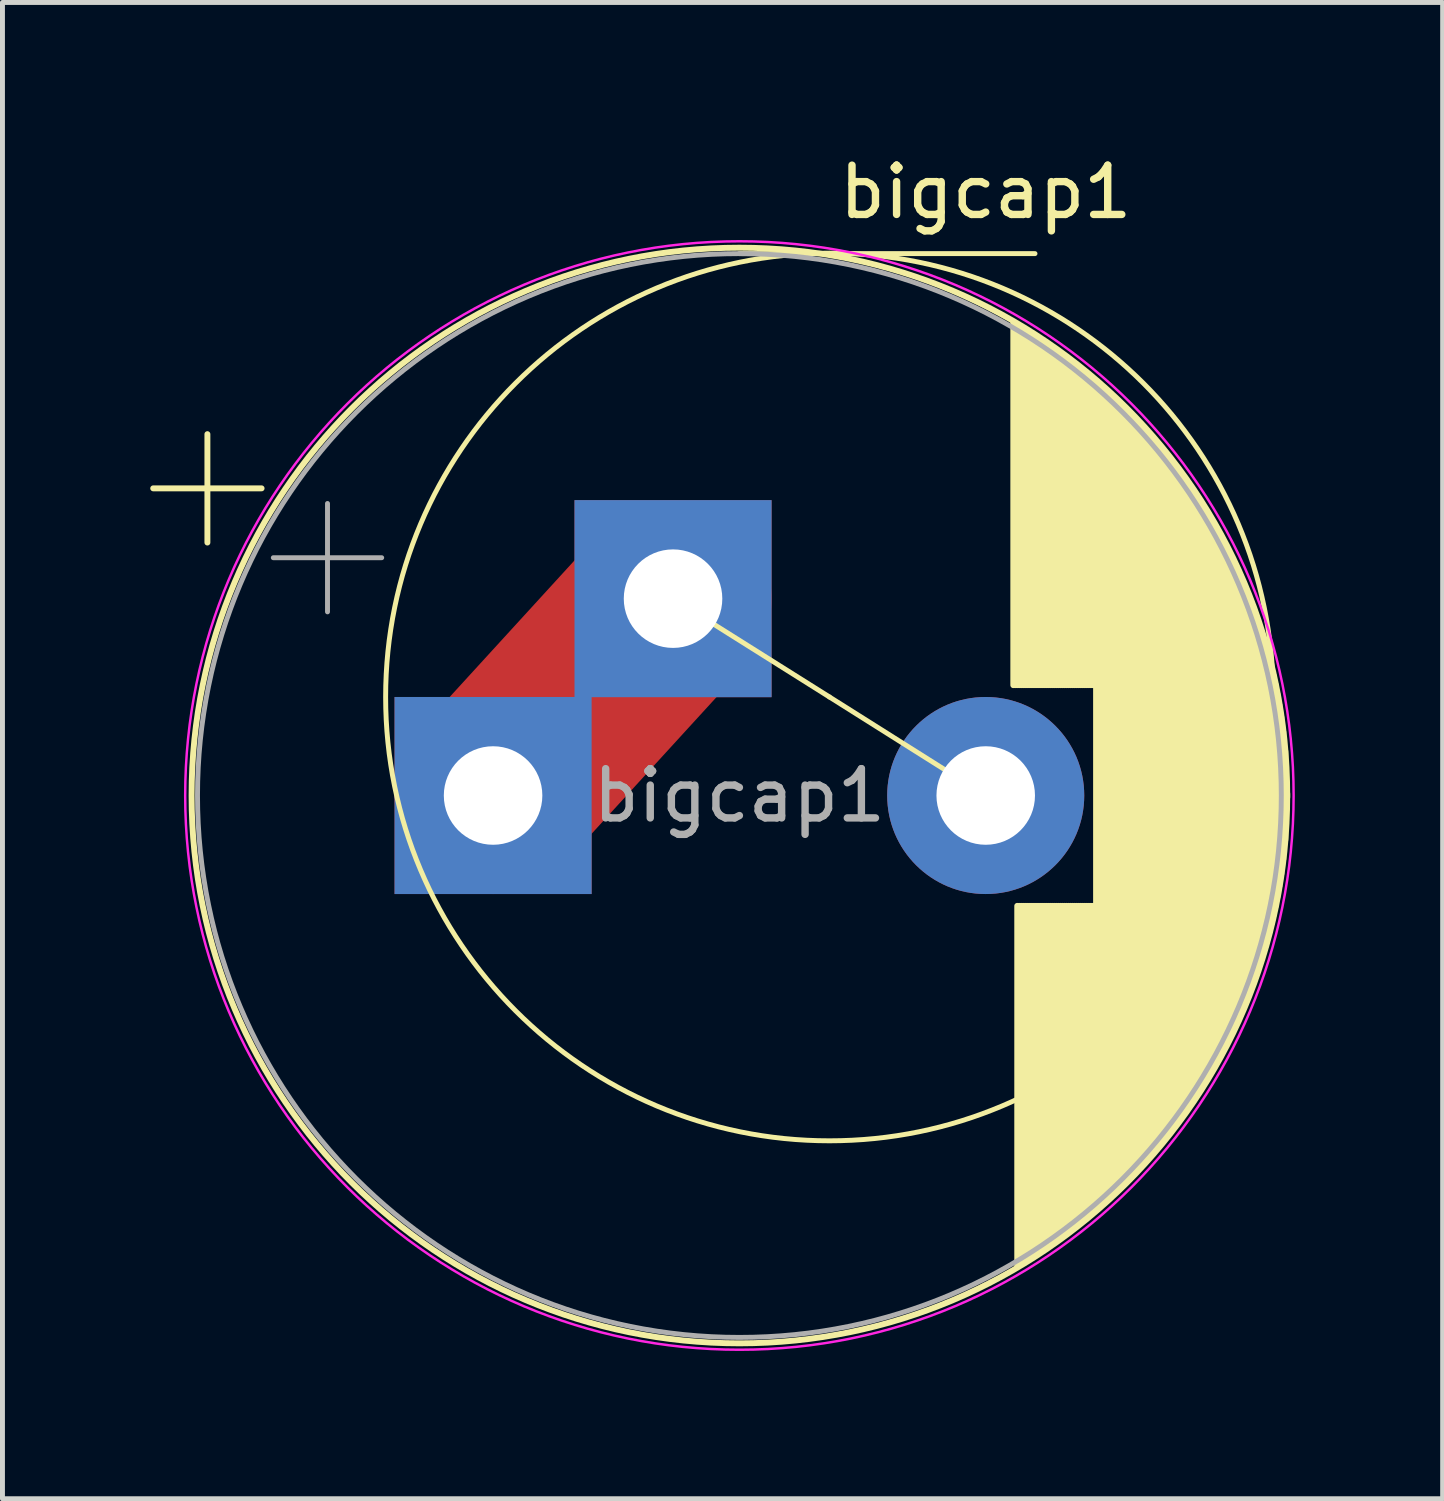
<source format=kicad_pcb>
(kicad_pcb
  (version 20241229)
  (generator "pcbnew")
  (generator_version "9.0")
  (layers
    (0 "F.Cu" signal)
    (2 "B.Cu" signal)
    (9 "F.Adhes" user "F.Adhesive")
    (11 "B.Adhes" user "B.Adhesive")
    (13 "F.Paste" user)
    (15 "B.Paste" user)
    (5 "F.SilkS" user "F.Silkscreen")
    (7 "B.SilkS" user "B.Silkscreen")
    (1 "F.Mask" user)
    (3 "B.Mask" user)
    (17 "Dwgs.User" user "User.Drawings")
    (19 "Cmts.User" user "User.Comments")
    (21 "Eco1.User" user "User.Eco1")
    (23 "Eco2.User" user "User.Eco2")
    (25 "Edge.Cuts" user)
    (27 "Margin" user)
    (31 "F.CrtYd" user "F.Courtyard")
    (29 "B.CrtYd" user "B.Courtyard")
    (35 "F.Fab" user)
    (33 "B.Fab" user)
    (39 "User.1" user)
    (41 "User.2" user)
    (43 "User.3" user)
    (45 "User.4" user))
  (footprint "bigcap1"
    (layer "F.Cu")
    (at 11.959 13.098)
    (property "Reference" "bigcap1" (at 5 -12.25 0) (layer "F.SilkS") (effects (font (size 1 1) (thickness 0.15))))
    (attr through_hole)
    (fp_line (start -5 0) (end -1.347 -3.996) (stroke (width 4) (type solid)) (layer "F.Cu"))
    (fp_line (start -1.347 -3.996) (end -5 0) (stroke (width 0.2) (type default)) (layer "F.Cu"))
    (fp_line (start -11.899 -6.235) (end -9.699 -6.235) (stroke (width 0.12) (type solid)) (layer "F.SilkS"))
    (fp_line (start -10.799 -7.335) (end -10.799 -5.135) (stroke (width 0.12) (type solid)) (layer "F.SilkS"))
    (fp_line (start 0 -11) (end 6 -11) (stroke (width 0.1) (type default)) (layer "F.SilkS"))
    (fp_line (start 1.828 -2) (end -1.75 -4.25) (stroke (width 0.1) (type default)) (layer "F.SilkS"))
    (fp_line (start 5 0) (end 1.828 -2) (stroke (width 0.1) (type default)) (layer "F.SilkS"))
    (fp_line (start 5.56 -9.59) (end 5.56 -2.24) (stroke (width 0.12) (type solid)) (layer "F.SilkS"))
    (fp_line (start 5.6 -9.567) (end 5.6 -2.24) (stroke (width 0.12) (type solid)) (layer "F.SilkS"))
    (fp_line (start 5.64 -9.544) (end 5.64 -2.24) (stroke (width 0.12) (type solid)) (layer "F.SilkS"))
    (fp_line (start 5.64 2.24) (end 5.64 9.544) (stroke (width 0.12) (type solid)) (layer "F.SilkS"))
    (fp_line (start 5.68 -9.52) (end 5.68 -2.24) (stroke (width 0.12) (type solid)) (layer "F.SilkS"))
    (fp_line (start 5.68 2.24) (end 5.68 9.52) (stroke (width 0.12) (type solid)) (layer "F.SilkS"))
    (fp_line (start 5.72 -9.496) (end 5.72 -2.24) (stroke (width 0.12) (type solid)) (layer "F.SilkS"))
    (fp_line (start 5.72 2.24) (end 5.72 9.496) (stroke (width 0.12) (type solid)) (layer "F.SilkS"))
    (fp_line (start 5.76 -9.472) (end 5.76 -2.24) (stroke (width 0.12) (type solid)) (layer "F.SilkS"))
    (fp_line (start 5.76 2.24) (end 5.76 9.472) (stroke (width 0.12) (type solid)) (layer "F.SilkS"))
    (fp_line (start 5.8 -9.448) (end 5.8 -2.24) (stroke (width 0.12) (type solid)) (layer "F.SilkS"))
    (fp_line (start 5.8 2.24) (end 5.8 9.448) (stroke (width 0.12) (type solid)) (layer "F.SilkS"))
    (fp_line (start 5.84 -9.423) (end 5.84 -2.24) (stroke (width 0.12) (type solid)) (layer "F.SilkS"))
    (fp_line (start 5.84 2.24) (end 5.84 9.423) (stroke (width 0.12) (type solid)) (layer "F.SilkS"))
    (fp_line (start 5.88 -9.398) (end 5.88 -2.24) (stroke (width 0.12) (type solid)) (layer "F.SilkS"))
    (fp_line (start 5.88 2.24) (end 5.88 9.398) (stroke (width 0.12) (type solid)) (layer "F.SilkS"))
    (fp_line (start 5.92 -9.373) (end 5.92 -2.24) (stroke (width 0.12) (type solid)) (layer "F.SilkS"))
    (fp_line (start 5.92 2.24) (end 5.92 9.373) (stroke (width 0.12) (type solid)) (layer "F.SilkS"))
    (fp_line (start 5.96 -9.348) (end 5.96 -2.24) (stroke (width 0.12) (type solid)) (layer "F.SilkS"))
    (fp_line (start 5.96 2.24) (end 5.96 9.348) (stroke (width 0.12) (type solid)) (layer "F.SilkS"))
    (fp_line (start 6 -9.322) (end 6 -2.24) (stroke (width 0.12) (type solid)) (layer "F.SilkS"))
    (fp_line (start 6 2.24) (end 6 9.322) (stroke (width 0.12) (type solid)) (layer "F.SilkS"))
    (fp_line (start 6.04 -9.297) (end 6.04 -2.24) (stroke (width 0.12) (type solid)) (layer "F.SilkS"))
    (fp_line (start 6.04 2.24) (end 6.04 9.297) (stroke (width 0.12) (type solid)) (layer "F.SilkS"))
    (fp_line (start 6.08 -9.271) (end 6.08 -2.24) (stroke (width 0.12) (type solid)) (layer "F.SilkS"))
    (fp_line (start 6.08 2.24) (end 6.08 9.271) (stroke (width 0.12) (type solid)) (layer "F.SilkS"))
    (fp_line (start 6.12 -9.244) (end 6.12 -2.24) (stroke (width 0.12) (type solid)) (layer "F.SilkS"))
    (fp_line (start 6.12 2.24) (end 6.12 9.244) (stroke (width 0.12) (type solid)) (layer "F.SilkS"))
    (fp_line (start 6.16 -9.218) (end 6.16 -2.24) (stroke (width 0.12) (type solid)) (layer "F.SilkS"))
    (fp_line (start 6.16 2.24) (end 6.16 9.218) (stroke (width 0.12) (type solid)) (layer "F.SilkS"))
    (fp_line (start 6.2 -9.191) (end 6.2 -2.24) (stroke (width 0.12) (type solid)) (layer "F.SilkS"))
    (fp_line (start 6.2 2.24) (end 6.2 9.191) (stroke (width 0.12) (type solid)) (layer "F.SilkS"))
    (fp_line (start 6.24 -9.164) (end 6.24 -2.24) (stroke (width 0.12) (type solid)) (layer "F.SilkS"))
    (fp_line (start 6.24 2.24) (end 6.24 9.164) (stroke (width 0.12) (type solid)) (layer "F.SilkS"))
    (fp_line (start 6.28 -9.137) (end 6.28 -2.24) (stroke (width 0.12) (type solid)) (layer "F.SilkS"))
    (fp_line (start 6.28 2.24) (end 6.28 9.137) (stroke (width 0.12) (type solid)) (layer "F.SilkS"))
    (fp_line (start 6.32 -9.109) (end 6.32 -2.24) (stroke (width 0.12) (type solid)) (layer "F.SilkS"))
    (fp_line (start 6.32 2.24) (end 6.32 9.109) (stroke (width 0.12) (type solid)) (layer "F.SilkS"))
    (fp_line (start 6.36 -9.082) (end 6.36 -2.24) (stroke (width 0.12) (type solid)) (layer "F.SilkS"))
    (fp_line (start 6.36 2.24) (end 6.36 9.082) (stroke (width 0.12) (type solid)) (layer "F.SilkS"))
    (fp_line (start 6.4 -9.054) (end 6.4 -2.24) (stroke (width 0.12) (type solid)) (layer "F.SilkS"))
    (fp_line (start 6.4 2.24) (end 6.4 9.054) (stroke (width 0.12) (type solid)) (layer "F.SilkS"))
    (fp_line (start 6.44 -9.025) (end 6.44 -2.24) (stroke (width 0.12) (type solid)) (layer "F.SilkS"))
    (fp_line (start 6.44 2.24) (end 6.44 9.025) (stroke (width 0.12) (type solid)) (layer "F.SilkS"))
    (fp_line (start 6.48 -8.997) (end 6.48 -2.24) (stroke (width 0.12) (type solid)) (layer "F.SilkS"))
    (fp_line (start 6.48 2.24) (end 6.48 8.997) (stroke (width 0.12) (type solid)) (layer "F.SilkS"))
    (fp_line (start 6.52 -8.968) (end 6.52 -2.24) (stroke (width 0.12) (type solid)) (layer "F.SilkS"))
    (fp_line (start 6.52 2.24) (end 6.52 8.968) (stroke (width 0.12) (type solid)) (layer "F.SilkS"))
    (fp_line (start 6.56 -8.939) (end 6.56 -2.24) (stroke (width 0.12) (type solid)) (layer "F.SilkS"))
    (fp_line (start 6.56 2.24) (end 6.56 8.939) (stroke (width 0.12) (type solid)) (layer "F.SilkS"))
    (fp_line (start 6.6 -8.91) (end 6.6 -2.24) (stroke (width 0.12) (type solid)) (layer "F.SilkS"))
    (fp_line (start 6.6 2.24) (end 6.6 8.91) (stroke (width 0.12) (type solid)) (layer "F.SilkS"))
    (fp_line (start 6.64 -8.88) (end 6.64 -2.24) (stroke (width 0.12) (type solid)) (layer "F.SilkS"))
    (fp_line (start 6.64 2.24) (end 6.64 8.88) (stroke (width 0.12) (type solid)) (layer "F.SilkS"))
    (fp_line (start 6.68 -8.85) (end 6.68 -2.24) (stroke (width 0.12) (type solid)) (layer "F.SilkS"))
    (fp_line (start 6.68 2.24) (end 6.68 8.85) (stroke (width 0.12) (type solid)) (layer "F.SilkS"))
    (fp_line (start 6.72 -8.82) (end 6.72 -2.24) (stroke (width 0.12) (type solid)) (layer "F.SilkS"))
    (fp_line (start 6.72 2.24) (end 6.72 8.82) (stroke (width 0.12) (type solid)) (layer "F.SilkS"))
    (fp_line (start 6.76 -8.789) (end 6.76 -2.24) (stroke (width 0.12) (type solid)) (layer "F.SilkS"))
    (fp_line (start 6.76 2.24) (end 6.76 8.789) (stroke (width 0.12) (type solid)) (layer "F.SilkS"))
    (fp_line (start 6.8 -8.759) (end 6.8 -2.24) (stroke (width 0.12) (type solid)) (layer "F.SilkS"))
    (fp_line (start 6.8 2.24) (end 6.8 8.759) (stroke (width 0.12) (type solid)) (layer "F.SilkS"))
    (fp_line (start 6.84 -8.727) (end 6.84 -2.24) (stroke (width 0.12) (type solid)) (layer "F.SilkS"))
    (fp_line (start 6.84 2.24) (end 6.84 8.727) (stroke (width 0.12) (type solid)) (layer "F.SilkS"))
    (fp_line (start 6.88 -8.696) (end 6.88 -2.24) (stroke (width 0.12) (type solid)) (layer "F.SilkS"))
    (fp_line (start 6.88 2.24) (end 6.88 8.696) (stroke (width 0.12) (type solid)) (layer "F.SilkS"))
    (fp_line (start 6.92 -8.664) (end 6.92 -2.24) (stroke (width 0.12) (type solid)) (layer "F.SilkS"))
    (fp_line (start 6.92 2.24) (end 6.92 8.664) (stroke (width 0.12) (type solid)) (layer "F.SilkS"))
    (fp_line (start 6.96 -8.633) (end 6.96 -2.24) (stroke (width 0.12) (type solid)) (layer "F.SilkS"))
    (fp_line (start 6.96 2.24) (end 6.96 8.633) (stroke (width 0.12) (type solid)) (layer "F.SilkS"))
    (fp_line (start 7 -8.6) (end 7 -2.24) (stroke (width 0.12) (type solid)) (layer "F.SilkS"))
    (fp_line (start 7 2.24) (end 7 8.6) (stroke (width 0.12) (type solid)) (layer "F.SilkS"))
    (fp_line (start 7.04 -8.568) (end 7.04 -2.24) (stroke (width 0.12) (type solid)) (layer "F.SilkS"))
    (fp_line (start 7.04 2.24) (end 7.04 8.568) (stroke (width 0.12) (type solid)) (layer "F.SilkS"))
    (fp_line (start 7.08 -8.535) (end 7.08 -2.24) (stroke (width 0.12) (type solid)) (layer "F.SilkS"))
    (fp_line (start 7.08 2.24) (end 7.08 8.535) (stroke (width 0.12) (type solid)) (layer "F.SilkS"))
    (fp_line (start 7.12 -8.502) (end 7.12 -2.24) (stroke (width 0.12) (type solid)) (layer "F.SilkS"))
    (fp_line (start 7.12 2.24) (end 7.12 8.502) (stroke (width 0.12) (type solid)) (layer "F.SilkS"))
    (fp_line (start 7.16 -8.468) (end 7.16 -2.24) (stroke (width 0.12) (type solid)) (layer "F.SilkS"))
    (fp_line (start 7.16 2.24) (end 7.16 8.468) (stroke (width 0.12) (type solid)) (layer "F.SilkS"))
    (fp_line (start 7.2 -8.434) (end 7.2 -2.24) (stroke (width 0.12) (type solid)) (layer "F.SilkS"))
    (fp_line (start 7.2 2.24) (end 7.2 8.434) (stroke (width 0.12) (type solid)) (layer "F.SilkS"))
    (fp_line (start 7.24 -8.4) (end 7.24 8.4) (stroke (width 0.12) (type solid)) (layer "F.SilkS"))
    (fp_line (start 7.28 -8.366) (end 7.28 8.366) (stroke (width 0.12) (type solid)) (layer "F.SilkS"))
    (fp_line (start 7.32 -8.331) (end 7.32 8.331) (stroke (width 0.12) (type solid)) (layer "F.SilkS"))
    (fp_line (start 7.36 -8.296) (end 7.36 8.296) (stroke (width 0.12) (type solid)) (layer "F.SilkS"))
    (fp_line (start 7.4 -8.26) (end 7.4 8.26) (stroke (width 0.12) (type solid)) (layer "F.SilkS"))
    (fp_line (start 7.44 -8.224) (end 7.44 8.224) (stroke (width 0.12) (type solid)) (layer "F.SilkS"))
    (fp_line (start 7.48 -8.188) (end 7.48 8.188) (stroke (width 0.12) (type solid)) (layer "F.SilkS"))
    (fp_line (start 7.52 -8.152) (end 7.52 8.152) (stroke (width 0.12) (type solid)) (layer "F.SilkS"))
    (fp_line (start 7.56 -8.115) (end 7.56 8.115) (stroke (width 0.12) (type solid)) (layer "F.SilkS"))
    (fp_line (start 7.6 -8.078) (end 7.6 8.078) (stroke (width 0.12) (type solid)) (layer "F.SilkS"))
    (fp_line (start 7.64 -8.04) (end 7.64 8.04) (stroke (width 0.12) (type solid)) (layer "F.SilkS"))
    (fp_line (start 7.68 -8.002) (end 7.68 8.002) (stroke (width 0.12) (type solid)) (layer "F.SilkS"))
    (fp_line (start 7.72 -7.963) (end 7.72 7.963) (stroke (width 0.12) (type solid)) (layer "F.SilkS"))
    (fp_line (start 7.76 -7.925) (end 7.76 7.925) (stroke (width 0.12) (type solid)) (layer "F.SilkS"))
    (fp_line (start 7.8 -7.886) (end 7.8 7.886) (stroke (width 0.12) (type solid)) (layer "F.SilkS"))
    (fp_line (start 7.84 -7.846) (end 7.84 7.846) (stroke (width 0.12) (type solid)) (layer "F.SilkS"))
    (fp_line (start 7.88 -7.806) (end 7.88 7.806) (stroke (width 0.12) (type solid)) (layer "F.SilkS"))
    (fp_line (start 7.92 -7.766) (end 7.92 7.766) (stroke (width 0.12) (type solid)) (layer "F.SilkS"))
    (fp_line (start 7.96 -7.725) (end 7.96 7.725) (stroke (width 0.12) (type solid)) (layer "F.SilkS"))
    (fp_line (start 8 -7.684) (end 8 7.684) (stroke (width 0.12) (type solid)) (layer "F.SilkS"))
    (fp_line (start 8.04 -7.642) (end 8.04 7.642) (stroke (width 0.12) (type solid)) (layer "F.SilkS"))
    (fp_line (start 8.08 -7.6) (end 8.08 7.6) (stroke (width 0.12) (type solid)) (layer "F.SilkS"))
    (fp_line (start 8.12 -7.557) (end 8.12 7.557) (stroke (width 0.12) (type solid)) (layer "F.SilkS"))
    (fp_line (start 8.16 -7.514) (end 8.16 7.514) (stroke (width 0.12) (type solid)) (layer "F.SilkS"))
    (fp_line (start 8.2 -7.471) (end 8.2 7.471) (stroke (width 0.12) (type solid)) (layer "F.SilkS"))
    (fp_line (start 8.24 -7.427) (end 8.24 7.427) (stroke (width 0.12) (type solid)) (layer "F.SilkS"))
    (fp_line (start 8.28 -7.383) (end 8.28 7.383) (stroke (width 0.12) (type solid)) (layer "F.SilkS"))
    (fp_line (start 8.32 -7.338) (end 8.32 7.338) (stroke (width 0.12) (type solid)) (layer "F.SilkS"))
    (fp_line (start 8.36 -7.292) (end 8.36 7.292) (stroke (width 0.12) (type solid)) (layer "F.SilkS"))
    (fp_line (start 8.4 -7.247) (end 8.4 7.247) (stroke (width 0.12) (type solid)) (layer "F.SilkS"))
    (fp_line (start 8.44 -7.2) (end 8.44 7.2) (stroke (width 0.12) (type solid)) (layer "F.SilkS"))
    (fp_line (start 8.48 -7.153) (end 8.48 7.153) (stroke (width 0.12) (type solid)) (layer "F.SilkS"))
    (fp_line (start 8.52 -7.106) (end 8.52 7.106) (stroke (width 0.12) (type solid)) (layer "F.SilkS"))
    (fp_line (start 8.56 -7.058) (end 8.56 7.058) (stroke (width 0.12) (type solid)) (layer "F.SilkS"))
    (fp_line (start 8.6 -7.009) (end 8.6 7.009) (stroke (width 0.12) (type solid)) (layer "F.SilkS"))
    (fp_line (start 8.64 -6.96) (end 8.64 6.96) (stroke (width 0.12) (type solid)) (layer "F.SilkS"))
    (fp_line (start 8.68 -6.911) (end 8.68 6.911) (stroke (width 0.12) (type solid)) (layer "F.SilkS"))
    (fp_line (start 8.72 -6.86) (end 8.72 6.86) (stroke (width 0.12) (type solid)) (layer "F.SilkS"))
    (fp_line (start 8.76 -6.81) (end 8.76 6.81) (stroke (width 0.12) (type solid)) (layer "F.SilkS"))
    (fp_line (start 8.8 -6.758) (end 8.8 6.758) (stroke (width 0.12) (type solid)) (layer "F.SilkS"))
    (fp_line (start 8.84 -6.706) (end 8.84 6.706) (stroke (width 0.12) (type solid)) (layer "F.SilkS"))
    (fp_line (start 8.88 -6.653) (end 8.88 6.653) (stroke (width 0.12) (type solid)) (layer "F.SilkS"))
    (fp_line (start 8.92 -6.6) (end 8.92 6.6) (stroke (width 0.12) (type solid)) (layer "F.SilkS"))
    (fp_line (start 8.96 -6.546) (end 8.96 6.546) (stroke (width 0.12) (type solid)) (layer "F.SilkS"))
    (fp_line (start 9 -6.491) (end 9 6.491) (stroke (width 0.12) (type solid)) (layer "F.SilkS"))
    (fp_line (start 9.04 -6.436) (end 9.04 6.436) (stroke (width 0.12) (type solid)) (layer "F.SilkS"))
    (fp_line (start 9.08 -6.379) (end 9.08 6.379) (stroke (width 0.12) (type solid)) (layer "F.SilkS"))
    (fp_line (start 9.12 -6.322) (end 9.12 6.322) (stroke (width 0.12) (type solid)) (layer "F.SilkS"))
    (fp_line (start 9.16 -6.265) (end 9.16 6.265) (stroke (width 0.12) (type solid)) (layer "F.SilkS"))
    (fp_line (start 9.2 -6.206) (end 9.2 6.206) (stroke (width 0.12) (type solid)) (layer "F.SilkS"))
    (fp_line (start 9.24 -6.147) (end 9.24 6.147) (stroke (width 0.12) (type solid)) (layer "F.SilkS"))
    (fp_line (start 9.28 -6.087) (end 9.28 6.087) (stroke (width 0.12) (type solid)) (layer "F.SilkS"))
    (fp_line (start 9.32 -6.026) (end 9.32 6.026) (stroke (width 0.12) (type solid)) (layer "F.SilkS"))
    (fp_line (start 9.36 -5.964) (end 9.36 5.964) (stroke (width 0.12) (type solid)) (layer "F.SilkS"))
    (fp_line (start 9.4 -5.901) (end 9.4 5.901) (stroke (width 0.12) (type solid)) (layer "F.SilkS"))
    (fp_line (start 9.44 -5.837) (end 9.44 5.837) (stroke (width 0.12) (type solid)) (layer "F.SilkS"))
    (fp_line (start 9.48 -5.772) (end 9.48 5.772) (stroke (width 0.12) (type solid)) (layer "F.SilkS"))
    (fp_line (start 9.52 -5.707) (end 9.52 5.707) (stroke (width 0.12) (type solid)) (layer "F.SilkS"))
    (fp_line (start 9.56 -5.64) (end 9.56 5.64) (stroke (width 0.12) (type solid)) (layer "F.SilkS"))
    (fp_line (start 9.6 -5.572) (end 9.6 5.572) (stroke (width 0.12) (type solid)) (layer "F.SilkS"))
    (fp_line (start 9.64 -5.503) (end 9.64 5.503) (stroke (width 0.12) (type solid)) (layer "F.SilkS"))
    (fp_line (start 9.68 -5.433) (end 9.68 5.433) (stroke (width 0.12) (type solid)) (layer "F.SilkS"))
    (fp_line (start 9.72 -5.361) (end 9.72 5.361) (stroke (width 0.12) (type solid)) (layer "F.SilkS"))
    (fp_line (start 9.76 -5.289) (end 9.76 5.289) (stroke (width 0.12) (type solid)) (layer "F.SilkS"))
    (fp_line (start 9.8 -5.215) (end 9.8 5.215) (stroke (width 0.12) (type solid)) (layer "F.SilkS"))
    (fp_line (start 9.84 -5.14) (end 9.84 5.14) (stroke (width 0.12) (type solid)) (layer "F.SilkS"))
    (fp_line (start 9.88 -5.063) (end 9.88 5.063) (stroke (width 0.12) (type solid)) (layer "F.SilkS"))
    (fp_line (start 9.92 -4.985) (end 9.92 4.985) (stroke (width 0.12) (type solid)) (layer "F.SilkS"))
    (fp_line (start 9.96 -4.905) (end 9.96 4.905) (stroke (width 0.12) (type solid)) (layer "F.SilkS"))
    (fp_line (start 10 -4.824) (end 10 4.824) (stroke (width 0.12) (type solid)) (layer "F.SilkS"))
    (fp_line (start 10.04 -4.74) (end 10.04 4.74) (stroke (width 0.12) (type solid)) (layer "F.SilkS"))
    (fp_line (start 10.08 -4.656) (end 10.08 4.656) (stroke (width 0.12) (type solid)) (layer "F.SilkS"))
    (fp_line (start 10.12 -4.569) (end 10.12 4.569) (stroke (width 0.12) (type solid)) (layer "F.SilkS"))
    (fp_line (start 10.16 -4.48) (end 10.16 4.48) (stroke (width 0.12) (type solid)) (layer "F.SilkS"))
    (fp_line (start 10.2 -4.389) (end 10.2 4.389) (stroke (width 0.12) (type solid)) (layer "F.SilkS"))
    (fp_line (start 10.24 -4.296) (end 10.24 4.296) (stroke (width 0.12) (type solid)) (layer "F.SilkS"))
    (fp_line (start 10.28 -4.2) (end 10.28 4.2) (stroke (width 0.12) (type solid)) (layer "F.SilkS"))
    (fp_line (start 10.32 -4.101) (end 10.32 4.101) (stroke (width 0.12) (type solid)) (layer "F.SilkS"))
    (fp_line (start 10.36 -4) (end 10.36 4) (stroke (width 0.12) (type solid)) (layer "F.SilkS"))
    (fp_line (start 10.4 -3.896) (end 10.4 3.896) (stroke (width 0.12) (type solid)) (layer "F.SilkS"))
    (fp_line (start 10.44 -3.789) (end 10.44 3.789) (stroke (width 0.12) (type solid)) (layer "F.SilkS"))
    (fp_line (start 10.48 -3.678) (end 10.48 3.678) (stroke (width 0.12) (type solid)) (layer "F.SilkS"))
    (fp_line (start 10.52 -3.563) (end 10.52 3.563) (stroke (width 0.12) (type solid)) (layer "F.SilkS"))
    (fp_line (start 10.56 -3.444) (end 10.56 3.444) (stroke (width 0.12) (type solid)) (layer "F.SilkS"))
    (fp_line (start 10.6 -3.321) (end 10.6 3.321) (stroke (width 0.12) (type solid)) (layer "F.SilkS"))
    (fp_line (start 10.64 -3.192) (end 10.64 3.192) (stroke (width 0.12) (type solid)) (layer "F.SilkS"))
    (fp_line (start 10.68 -3.057) (end 10.68 3.057) (stroke (width 0.12) (type solid)) (layer "F.SilkS"))
    (fp_line (start 10.72 -2.916) (end 10.72 2.916) (stroke (width 0.12) (type solid)) (layer "F.SilkS"))
    (fp_line (start 10.76 -2.767) (end 10.76 2.767) (stroke (width 0.12) (type solid)) (layer "F.SilkS"))
    (fp_line (start 10.8 -2.608) (end 10.8 2.608) (stroke (width 0.12) (type solid)) (layer "F.SilkS"))
    (fp_line (start 10.84 -2.44) (end 10.84 2.44) (stroke (width 0.12) (type solid)) (layer "F.SilkS"))
    (fp_line (start 10.88 -2.258) (end 10.88 2.258) (stroke (width 0.12) (type solid)) (layer "F.SilkS"))
    (fp_line (start 10.92 -2.06) (end 10.92 2.06) (stroke (width 0.12) (type solid)) (layer "F.SilkS"))
    (fp_line (start 10.96 -1.84) (end 10.96 1.84) (stroke (width 0.12) (type solid)) (layer "F.SilkS"))
    (fp_line (start 11 -1.589) (end 11 1.589) (stroke (width 0.12) (type solid)) (layer "F.SilkS"))
    (fp_line (start 11.04 -1.291) (end 11.04 1.291) (stroke (width 0.12) (type solid)) (layer "F.SilkS"))
    (fp_line (start 11.08 -0.902) (end 11.08 0.902) (stroke (width 0.12) (type solid)) (layer "F.SilkS"))
    (fp_line (start 11.12 0.04) (end 11.12 -0.04) (stroke (width 0.12) (type solid)) (layer "F.SilkS"))
    (fp_circle (center 0 0) (end 11.12 0) (stroke (width 0.12) (type solid)) (fill no) (layer "F.SilkS"))
    (fp_circle (center 1.828 -2) (end 10.75 -3.25) (stroke (width 0.1) (type default)) (fill no) (layer "F.SilkS"))
    (fp_circle (center 0 0) (end 11.25 0) (stroke (width 0.05) (type solid)) (fill no) (layer "F.CrtYd"))
    (fp_line (start -9.461 -4.827) (end -7.261 -4.827) (stroke (width 0.1) (type solid)) (layer "F.Fab"))
    (fp_line (start -8.361 -5.928) (end -8.361 -3.728) (stroke (width 0.1) (type solid)) (layer "F.Fab"))
    (fp_circle (center 0 0) (end 11 0) (stroke (width 0.1) (type solid)) (fill no) (layer "F.Fab"))
    (fp_text user "${REFERENCE}" (at 0 0 0) (layer "F.Fab") (effects (font (size 1 1) (thickness 0.15))))
    (pad "1" thru_hole rect (at -5 0) (size 4 4) (drill 2) (layers "*.Cu" "*.Mask"))
    (pad "1" thru_hole rect (at -1.347 -3.996) (size 4 4) (drill 2) (layers "*.Cu" "*.Mask"))
    (pad "2" thru_hole circle (at 5 0) (size 4 4) (drill 2) (layers "*.Cu" "*.Mask")))
  (gr_rect
    (start -3 -3)
    (end 26.234 27.373)
    (stroke (width 0.1) (type default))
    (fill no)
    (layer "Edge.Cuts")))
</source>
